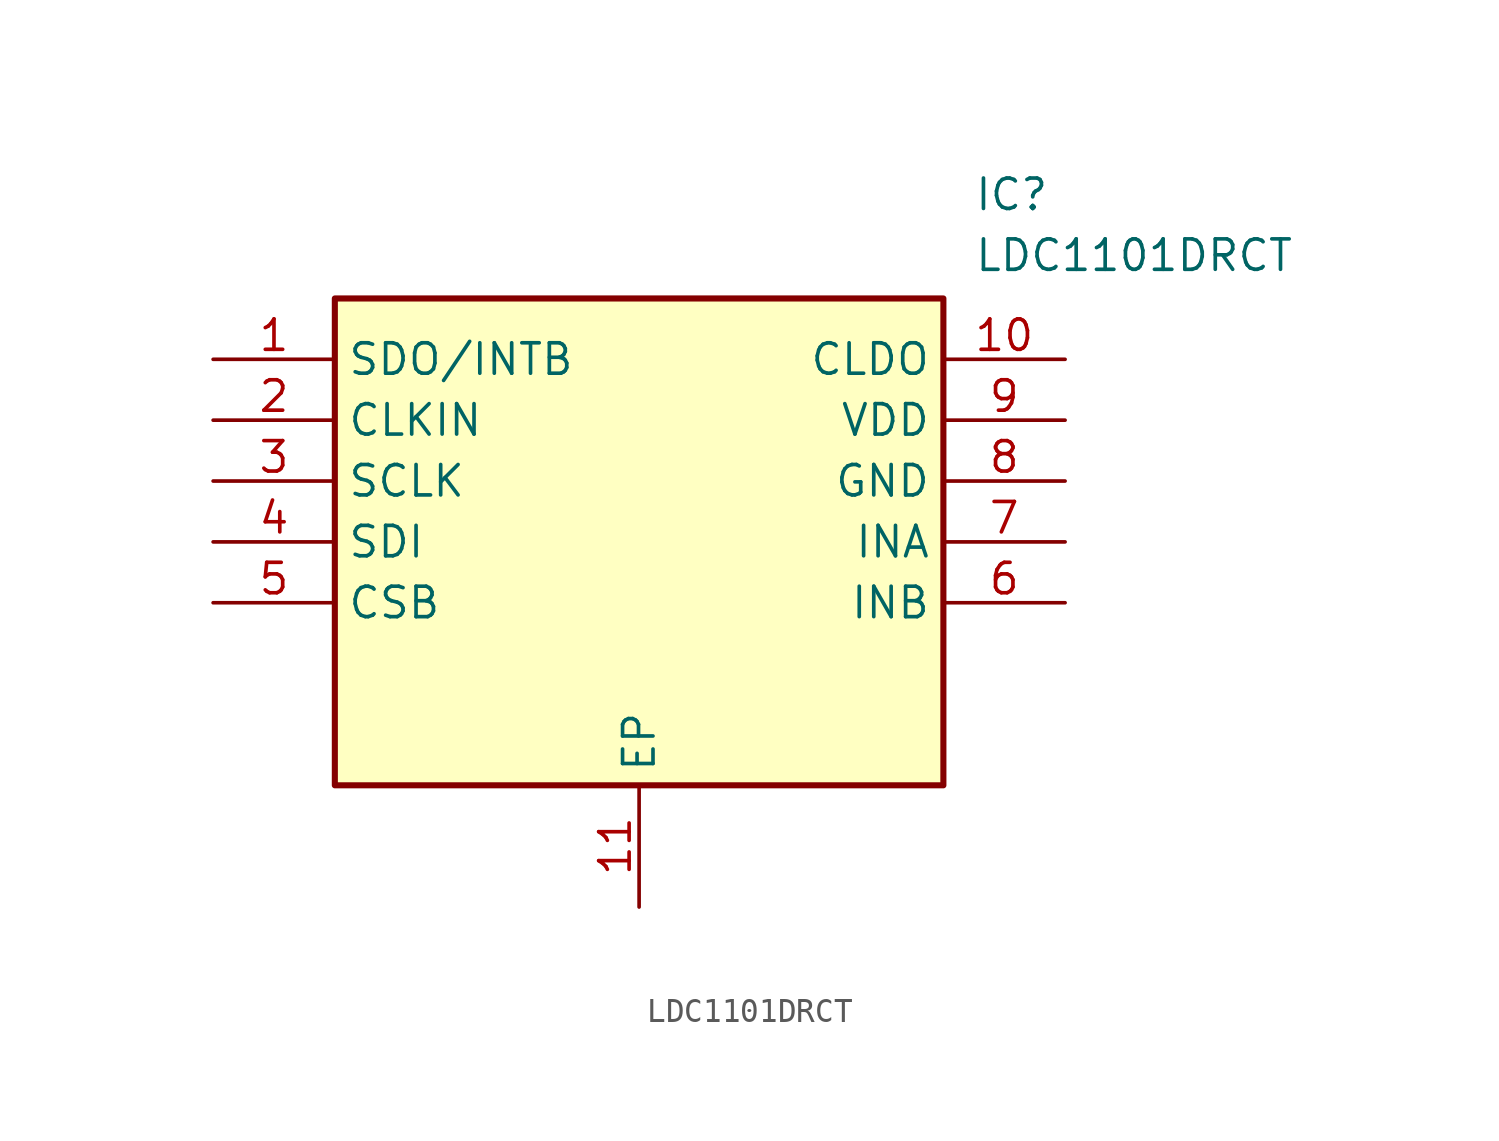
<source format=kicad_sym>
(kicad_symbol_lib
  (version 20211014)
  (generator SamacSys_ECAD_Model)
  (symbol "LDC1101DRCT"
    (property "Reference" "IC"
      (at 31.75 7.62 0)
      (effects (font (size 1.27 1.27)) (justify left top)))
    (property "Value" "LDC1101DRCT"
      (at 31.75 5.08 0)
      (effects (font (size 1.27 1.27)) (justify left top)))
    (rectangle
      (start 5.08 2.54)
      (end 30.48 -17.78)
      (stroke (width 0.254) (type default))
      (fill (type background)))
    (pin passive line
      (at 0 0 0)
      (length 5.08)
      (name "SDO/INTB" (effects (font (size 1.27 1.27))))
      (number "1" (effects (font (size 1.27 1.27)))))
    (pin passive line
      (at 0 -2.54 0)
      (length 5.08)
      (name "CLKIN" (effects (font (size 1.27 1.27))))
      (number "2" (effects (font (size 1.27 1.27)))))
    (pin passive line
      (at 0 -5.08 0)
      (length 5.08)
      (name "SCLK" (effects (font (size 1.27 1.27))))
      (number "3" (effects (font (size 1.27 1.27)))))
    (pin passive line
      (at 0 -7.62 0)
      (length 5.08)
      (name "SDI" (effects (font (size 1.27 1.27))))
      (number "4" (effects (font (size 1.27 1.27)))))
    (pin passive line
      (at 0 -10.16 0)
      (length 5.08)
      (name "CSB" (effects (font (size 1.27 1.27))))
      (number "5" (effects (font (size 1.27 1.27)))))
    (pin passive line
      (at 17.78 -22.86 90)
      (length 5.08)
      (name "EP" (effects (font (size 1.27 1.27))))
      (number "11" (effects (font (size 1.27 1.27)))))
    (pin passive line
      (at 35.56 0 180)
      (length 5.08)
      (name "CLDO" (effects (font (size 1.27 1.27))))
      (number "10" (effects (font (size 1.27 1.27)))))
    (pin passive line
      (at 35.56 -2.54 180)
      (length 5.08)
      (name "VDD" (effects (font (size 1.27 1.27))))
      (number "9" (effects (font (size 1.27 1.27)))))
    (pin passive line
      (at 35.56 -5.08 180)
      (length 5.08)
      (name "GND" (effects (font (size 1.27 1.27))))
      (number "8" (effects (font (size 1.27 1.27)))))
    (pin passive line
      (at 35.56 -7.62 180)
      (length 5.08)
      (name "INA" (effects (font (size 1.27 1.27))))
      (number "7" (effects (font (size 1.27 1.27)))))
    (pin passive line
      (at 35.56 -10.16 180)
      (length 5.08)
      (name "INB" (effects (font (size 1.27 1.27))))
      (number "6" (effects (font (size 1.27 1.27)))))))
</source>
